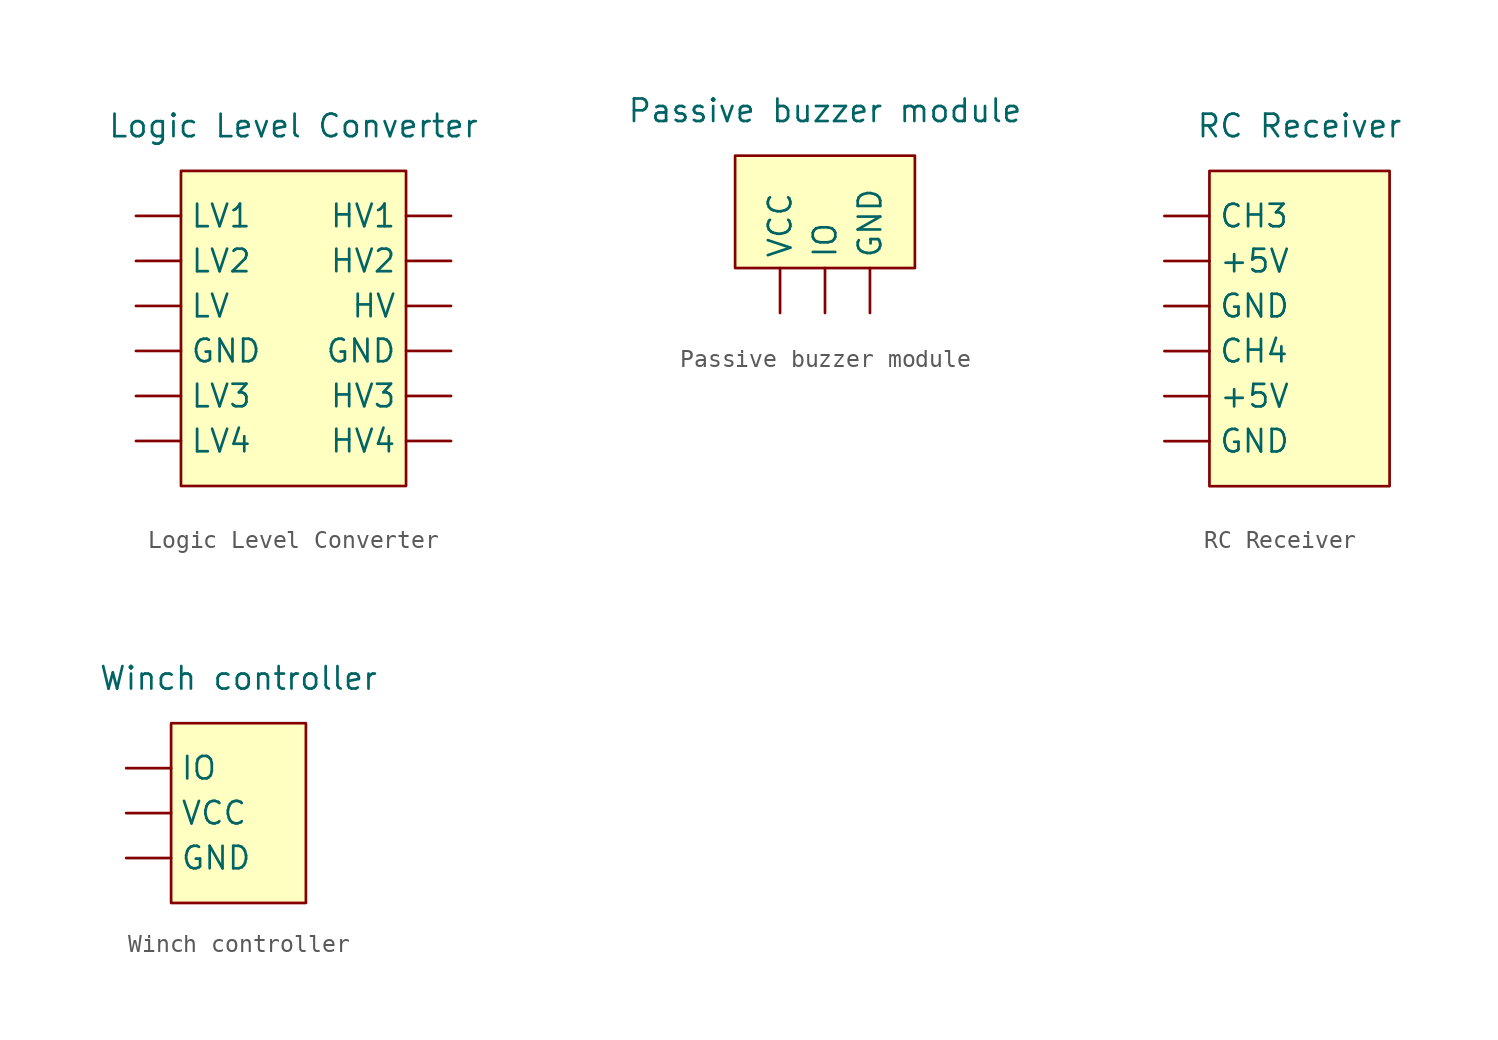
<source format=kicad_sym>
(kicad_symbol_lib
  (version 20211014)
  (generator kicad_symbol_editor)
  (symbol "Logic Level Converter"
    (property "Reference" "U"
      (at 0 13.97 0)
      (effects (font (size 1.27 1.27)) hide))
    (property "Value" "Logic Level Converter"
      (at 0 11.43 0)
      (effects (font (size 1.27 1.27))))
    (symbol "Logic Level Converter_0_0"
      (pin unspecified line (at -8.89 -1.27 0) (length 2.54) (name "GND" (effects (font (size 1.27 1.27)))) (number "" (effects (font (size 1.27 1.27)))))
      (pin unspecified line (at 8.89 -1.27 180) (length 2.54) (name "GND" (effects (font (size 1.27 1.27)))) (number "" (effects (font (size 1.27 1.27)))))
      (pin unspecified line (at 8.89 1.27 180) (length 2.54) (name "HV" (effects (font (size 1.27 1.27)))) (number "" (effects (font (size 1.27 1.27)))))
      (pin unspecified line (at 8.89 6.35 180) (length 2.54) (name "HV1" (effects (font (size 1.27 1.27)))) (number "" (effects (font (size 1.27 1.27)))))
      (pin unspecified line (at 8.89 3.81 180) (length 2.54) (name "HV2" (effects (font (size 1.27 1.27)))) (number "" (effects (font (size 1.27 1.27)))))
      (pin unspecified line (at 8.89 -3.81 180) (length 2.54) (name "HV3" (effects (font (size 1.27 1.27)))) (number "" (effects (font (size 1.27 1.27)))))
      (pin unspecified line (at 8.89 -6.35 180) (length 2.54) (name "HV4" (effects (font (size 1.27 1.27)))) (number "" (effects (font (size 1.27 1.27)))))
      (pin unspecified line (at -8.89 1.27 0) (length 2.54) (name "LV" (effects (font (size 1.27 1.27)))) (number "" (effects (font (size 1.27 1.27)))))
      (pin unspecified line (at -8.89 6.35 0) (length 2.54) (name "LV1" (effects (font (size 1.27 1.27)))) (number "" (effects (font (size 1.27 1.27)))))
      (pin unspecified line (at -8.89 3.81 0) (length 2.54) (name "LV2" (effects (font (size 1.27 1.27)))) (number "" (effects (font (size 1.27 1.27)))))
      (pin unspecified line (at -8.89 -3.81 0) (length 2.54) (name "LV3" (effects (font (size 1.27 1.27)))) (number "" (effects (font (size 1.27 1.27)))))
      (pin unspecified line (at -8.89 -6.35 0) (length 2.54) (name "LV4" (effects (font (size 1.27 1.27)))) (number "" (effects (font (size 1.27 1.27))))))
    (symbol "Logic Level Converter_0_1"
      (rectangle (start -6.35 8.89) (end 6.35 -8.89) (stroke (width 0) (type default) (color 0 0 0 0)) (fill (type background)))))
  (symbol "Passive buzzer module"
    (property "Reference" "U"
      (at 0 7.62 0)
      (effects (font (size 1.27 1.27)) hide))
    (property "Value" "Passive buzzer module"
      (at 0 5.08 0)
      (effects (font (size 1.27 1.27))))
    (symbol "Passive buzzer module_0_1"
      (rectangle (start -5.08 2.54) (end 5.08 -3.81) (stroke (width 0) (type default) (color 0 0 0 0)) (fill (type background))))
    (symbol "Passive buzzer module_1_1"
      (pin input line (at 2.54 -6.35 90) (length 2.54) (name "GND" (effects (font (size 1.27 1.27)))) (number "" (effects (font (size 1.27 1.27)))))
      (pin input line (at 0 -6.35 90) (length 2.54) (name "IO" (effects (font (size 1.27 1.27)))) (number "" (effects (font (size 1.27 1.27)))))
      (pin input line (at -2.54 -6.35 90) (length 2.54) (name "VCC" (effects (font (size 1.27 1.27)))) (number "" (effects (font (size 1.27 1.27)))))))
  (symbol "RC Receiver"
    (property "Reference" "U"
      (at 0 3.81 0)
      (effects (font (size 1.27 1.27)) hide))
    (property "Value" "RC Receiver"
      (at 0 1.27 0)
      (effects (font (size 1.27 1.27))))
    (symbol "RC Receiver_0_1"
      (rectangle (start -5.08 -1.27) (end 5.08 -19.05) (stroke (width 0) (type default) (color 0 0 0 0)) (fill (type background))))
    (symbol "RC Receiver_1_1"
      (pin output line (at -7.62 -13.97 0) (length 2.54) (name "+5V" (effects (font (size 1.27 1.27)))) (number "" (effects (font (size 1.27 1.27)))))
      (pin output line (at -7.62 -6.35 0) (length 2.54) (name "+5V" (effects (font (size 1.27 1.27)))) (number "" (effects (font (size 1.27 1.27)))))
      (pin output line (at -7.62 -3.81 0) (length 2.54) (name "CH3" (effects (font (size 1.27 1.27)))) (number "" (effects (font (size 1.27 1.27)))))
      (pin output line (at -7.62 -11.43 0) (length 2.54) (name "CH4" (effects (font (size 1.27 1.27)))) (number "" (effects (font (size 1.27 1.27)))))
      (pin output line (at -7.62 -16.51 0) (length 2.54) (name "GND" (effects (font (size 1.27 1.27)))) (number "" (effects (font (size 1.27 1.27)))))
      (pin output line (at -7.62 -8.89 0) (length 2.54) (name "GND" (effects (font (size 1.27 1.27)))) (number "" (effects (font (size 1.27 1.27)))))))
  (symbol "Winch controller"
    (property "Reference" "U"
      (at 0 2.54 0)
      (effects (font (size 1.27 1.27)) hide))
    (property "Value" "Winch controller"
      (at 0 0 0)
      (effects (font (size 1.27 1.27))))
    (symbol "Winch controller_0_1"
      (rectangle (start -3.81 -2.54) (end 3.81 -12.7) (stroke (width 0) (type default) (color 0 0 0 0)) (fill (type background))))
    (symbol "Winch controller_1_1"
      (pin input line (at -6.35 -10.16 0) (length 2.54) (name "GND" (effects (font (size 1.27 1.27)))) (number "" (effects (font (size 1.27 1.27)))))
      (pin input line (at -6.35 -5.08 0) (length 2.54) (name "IO" (effects (font (size 1.27 1.27)))) (number "" (effects (font (size 1.27 1.27)))))
      (pin input line (at -6.35 -7.62 0) (length 2.54) (name "VCC" (effects (font (size 1.27 1.27)))) (number "" (effects (font (size 1.27 1.27))))))))
</source>
